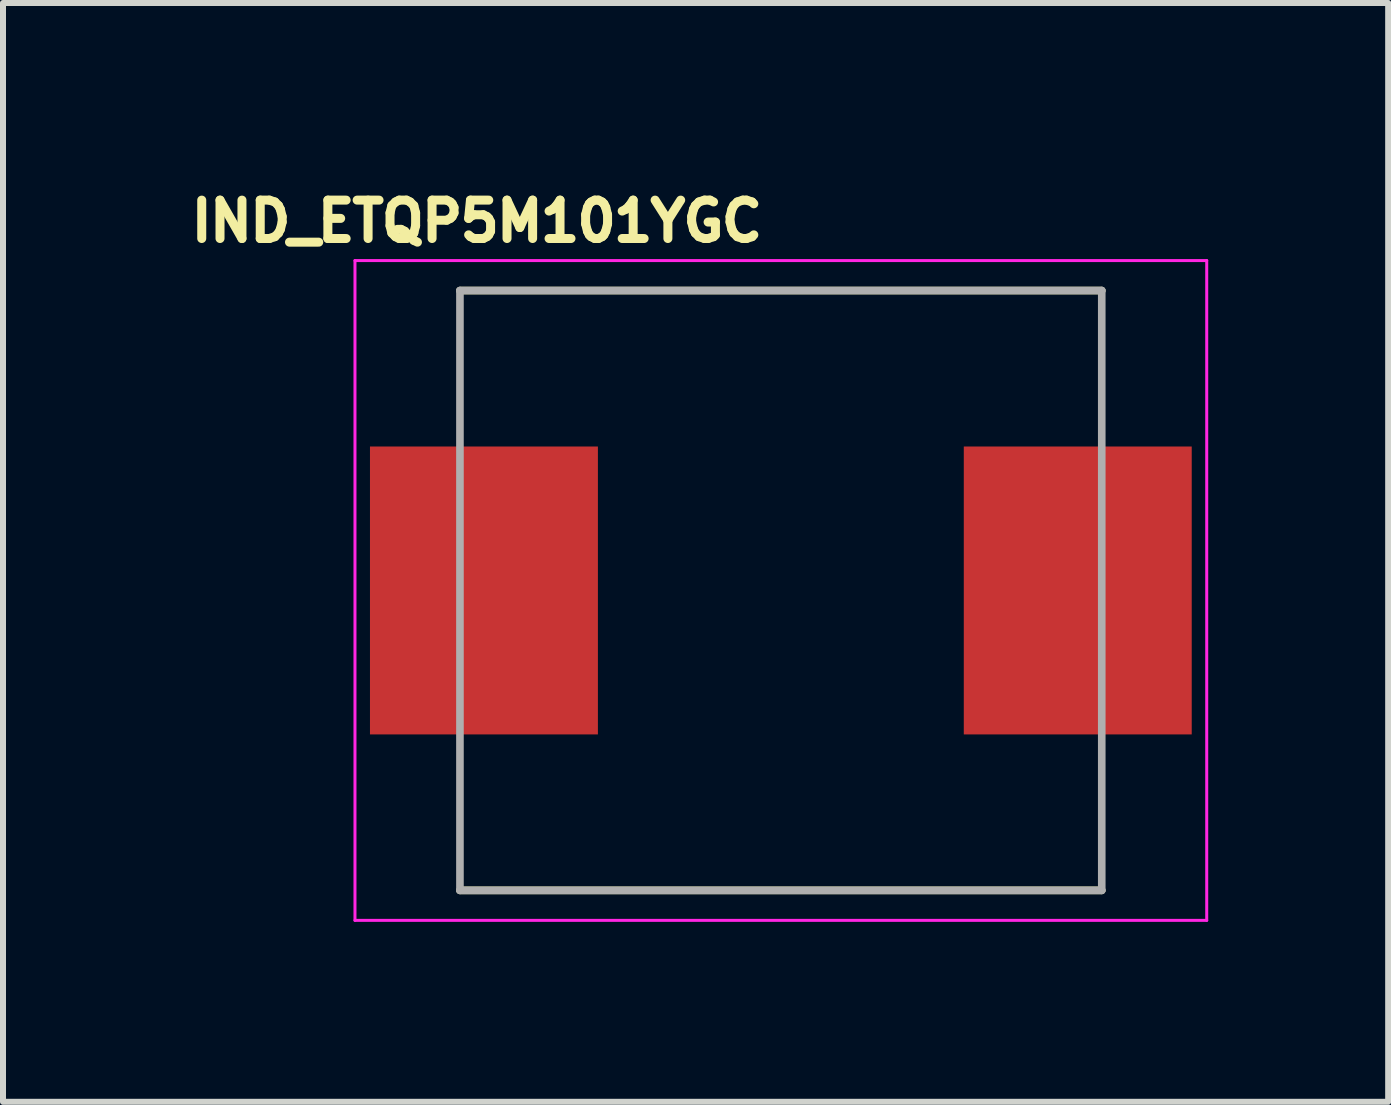
<source format=kicad_pcb>
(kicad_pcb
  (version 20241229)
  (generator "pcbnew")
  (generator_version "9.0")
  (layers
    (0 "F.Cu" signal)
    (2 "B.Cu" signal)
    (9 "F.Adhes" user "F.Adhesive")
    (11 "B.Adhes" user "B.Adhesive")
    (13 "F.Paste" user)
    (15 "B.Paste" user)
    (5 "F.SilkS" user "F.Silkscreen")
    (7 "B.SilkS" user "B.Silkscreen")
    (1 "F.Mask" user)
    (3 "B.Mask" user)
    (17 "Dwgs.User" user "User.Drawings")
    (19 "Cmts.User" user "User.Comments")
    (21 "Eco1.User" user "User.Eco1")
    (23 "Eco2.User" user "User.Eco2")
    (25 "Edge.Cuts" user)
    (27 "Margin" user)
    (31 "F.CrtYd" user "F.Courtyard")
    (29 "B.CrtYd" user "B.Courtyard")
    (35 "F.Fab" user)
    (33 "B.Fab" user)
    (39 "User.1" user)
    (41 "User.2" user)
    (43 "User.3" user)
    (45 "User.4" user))
  (footprint "IND_ETQP5M101YGC"
    (layer "F.Cu")
    (at 9.968 6.794)
    (property "Reference" "IND_ETQP5M101YGC" (at -5.068 -6.156 0) (layer "F.SilkS") (effects (font (size 0.64 0.64) (thickness 0.15))))
    (attr smd)
    (fp_line (start -5.35 -5) (end 5.35 -5) (stroke (width 0.127) (type solid)) (layer "F.SilkS"))
    (fp_line (start -5.35 5) (end 5.35 5) (stroke (width 0.127) (type solid)) (layer "F.SilkS"))
    (fp_line (start -7.1 -5.5) (end -7.1 5.5) (stroke (width 0.05) (type solid)) (layer "F.CrtYd"))
    (fp_line (start -7.1 5.5) (end 7.1 5.5) (stroke (width 0.05) (type solid)) (layer "F.CrtYd"))
    (fp_line (start 7.1 -5.5) (end -7.1 -5.5) (stroke (width 0.05) (type solid)) (layer "F.CrtYd"))
    (fp_line (start 7.1 5.5) (end 7.1 -5.5) (stroke (width 0.05) (type solid)) (layer "F.CrtYd"))
    (fp_line (start -5.35 -5) (end -5.35 5) (stroke (width 0.127) (type solid)) (layer "F.Fab"))
    (fp_line (start -5.35 -5) (end 5.35 -5) (stroke (width 0.127) (type solid)) (layer "F.Fab"))
    (fp_line (start -5.35 5) (end 5.35 5) (stroke (width 0.127) (type solid)) (layer "F.Fab"))
    (fp_line (start 5.35 -5) (end 5.35 5) (stroke (width 0.127) (type solid)) (layer "F.Fab"))
    (pad "1" smd rect (at -4.95 0) (size 3.8 4.8) (layers "F.Cu" "F.Mask" "F.Paste"))
    (pad "2" smd rect (at 4.95 0) (size 3.8 4.8) (layers "F.Cu" "F.Mask" "F.Paste"))
    (zone (net_name "") (layer "F.Cu") (hatch full 0.508) (connect_pads) (min_thickness 0.01) (filled_areas_thickness no) (keepout (tracks not_allowed) (vias not_allowed) (pads not_allowed) (copperpour not_allowed) (footprints allowed)) (placement (enabled no)) (fill) (polygon (pts (xy 4.118 1.294) (xy 4.118 4.394) (xy 6.918 4.394) (xy 6.918 9.194) (xy 4.118 9.194) (xy 4.118 12.294) (xy 15.818 12.294) (xy 15.818 9.194) (xy 13.018 9.194) (xy 13.018 4.394) (xy 15.818 4.394) (xy 15.818 1.294))))
    (zone (net_name "") (layers "F.Cu" "B.Cu") (hatch full 0.508) (connect_pads) (min_thickness 0.01) (filled_areas_thickness no) (keepout (tracks allowed) (vias not_allowed) (pads allowed) (copperpour allowed) (footprints allowed)) (placement (enabled no)) (fill) (polygon (pts (xy 4.118 1.294) (xy 4.118 4.394) (xy 6.918 4.394) (xy 6.918 9.194) (xy 4.118 9.194) (xy 4.118 12.294) (xy 15.818 12.294) (xy 15.818 9.194) (xy 13.018 9.194) (xy 13.018 4.394) (xy 15.818 4.394) (xy 15.818 1.294)))))
  (gr_rect
    (start -3 -3)
    (end 20.093 15.319)
    (stroke (width 0.1) (type default))
    (fill no)
    (layer "Edge.Cuts")))
</source>
